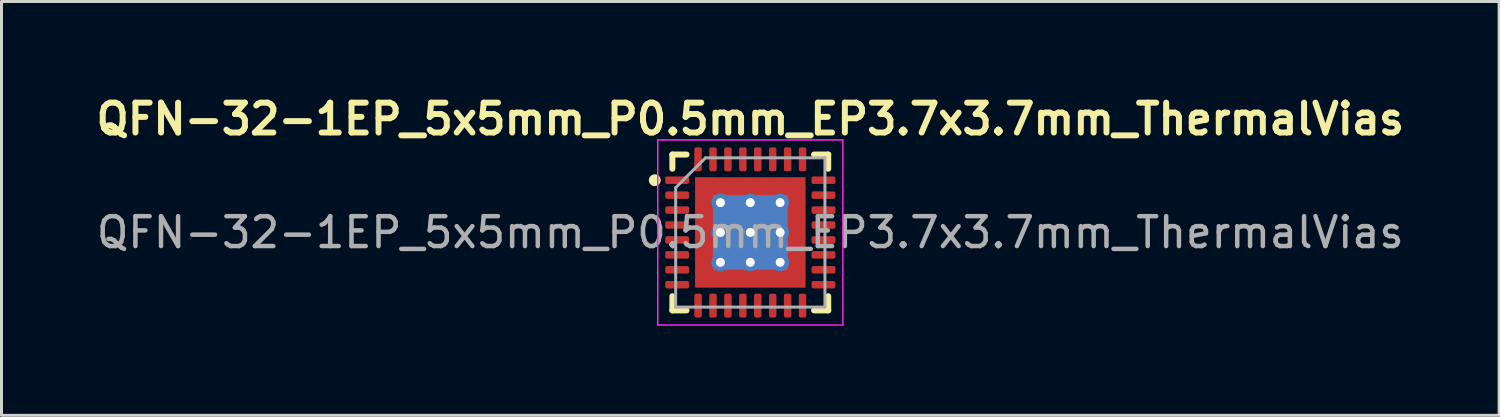
<source format=kicad_pcb>
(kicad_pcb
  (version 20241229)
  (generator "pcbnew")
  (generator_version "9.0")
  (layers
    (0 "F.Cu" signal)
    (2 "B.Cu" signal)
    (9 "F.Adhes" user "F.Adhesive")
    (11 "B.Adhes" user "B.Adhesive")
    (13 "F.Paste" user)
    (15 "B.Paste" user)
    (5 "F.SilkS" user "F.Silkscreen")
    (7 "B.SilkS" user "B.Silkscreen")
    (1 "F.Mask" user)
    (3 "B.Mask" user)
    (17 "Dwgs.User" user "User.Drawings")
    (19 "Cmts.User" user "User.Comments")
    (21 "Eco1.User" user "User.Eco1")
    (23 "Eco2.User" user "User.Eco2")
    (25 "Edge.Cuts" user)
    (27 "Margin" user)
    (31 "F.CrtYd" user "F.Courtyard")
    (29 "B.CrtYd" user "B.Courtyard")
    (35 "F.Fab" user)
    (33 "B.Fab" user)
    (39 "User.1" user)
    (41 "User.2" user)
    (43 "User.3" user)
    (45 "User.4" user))
  (footprint "QFN-32-1EP_5x5mm_P0.5mm_EP3.7x3.7mm_ThermalVias"
    (layer "F.Cu")
    (at 22.081 4.736)
    (property "Reference" "QFN-32-1EP_5x5mm_P0.5mm_EP3.7x3.7mm_ThermalVias" (at 0 -3.8 0) (layer "F.SilkS") (effects (font (size 1 1) (thickness 0.2))))
    (attr smd)
    (fp_line (start -2.61 -2.61) (end -2.61 -2.135) (stroke (width 0.2) (type solid)) (layer "F.SilkS"))
    (fp_line (start -2.61 2.61) (end -2.61 2.135) (stroke (width 0.2) (type solid)) (layer "F.SilkS"))
    (fp_line (start -2.135 -2.61) (end -2.61 -2.61) (stroke (width 0.2) (type solid)) (layer "F.SilkS"))
    (fp_line (start -2.135 2.61) (end -2.61 2.61) (stroke (width 0.2) (type solid)) (layer "F.SilkS"))
    (fp_line (start 2.135 -2.61) (end 2.61 -2.61) (stroke (width 0.2) (type solid)) (layer "F.SilkS"))
    (fp_line (start 2.135 2.61) (end 2.61 2.61) (stroke (width 0.2) (type solid)) (layer "F.SilkS"))
    (fp_line (start 2.61 -2.61) (end 2.61 -2.135) (stroke (width 0.2) (type solid)) (layer "F.SilkS"))
    (fp_line (start 2.61 2.61) (end 2.61 2.135) (stroke (width 0.2) (type solid)) (layer "F.SilkS"))
    (fp_circle (center -3.2 -1.75) (end -3.1 -1.75) (stroke (width 0.2) (type solid)) (fill no) (layer "F.SilkS"))
    (fp_line (start -3.1 -3.1) (end -3.1 3.1) (stroke (width 0.05) (type solid)) (layer "F.CrtYd"))
    (fp_line (start -3.1 3.1) (end 3.1 3.1) (stroke (width 0.05) (type solid)) (layer "F.CrtYd"))
    (fp_line (start 3.1 -3.1) (end -3.1 -3.1) (stroke (width 0.05) (type solid)) (layer "F.CrtYd"))
    (fp_line (start 3.1 3.1) (end 3.1 -3.1) (stroke (width 0.05) (type solid)) (layer "F.CrtYd"))
    (fp_line (start -2.5 -1.5) (end -1.5 -2.5) (stroke (width 0.1) (type solid)) (layer "F.Fab"))
    (fp_line (start -2.5 2.5) (end -2.5 -1.5) (stroke (width 0.1) (type solid)) (layer "F.Fab"))
    (fp_line (start -1.5 -2.5) (end 2.5 -2.5) (stroke (width 0.1) (type solid)) (layer "F.Fab"))
    (fp_line (start 2.5 -2.5) (end 2.5 2.5) (stroke (width 0.1) (type solid)) (layer "F.Fab"))
    (fp_line (start 2.5 2.5) (end -2.5 2.5) (stroke (width 0.1) (type solid)) (layer "F.Fab"))
    (fp_text user "${REFERENCE}" (at 0 0 0) (layer "F.Fab") (effects (font (size 1 1) (thickness 0.15))))
    (pad "" smd custom (at -1.425 -1.425) (size 0.602 0.602) (layers "F.Paste") (options (anchor circle)) (primitives (gr_poly (pts (xy -0.259 -0.259) (xy 0.259 -0.259) (xy 0.259 0.19) (xy 0.19 0.259) (xy -0.259 0.259)) (width 0.167) (fill yes))))
    (pad "" smd custom (at -1.425 -0.5) (size 0.612 0.612) (layers "F.Paste") (options (anchor circle)) (primitives (gr_poly (pts (xy -0.269 -0.33) (xy 0.209 -0.33) (xy 0.269 -0.269) (xy 0.269 0.269) (xy 0.209 0.33) (xy -0.269 0.33)) (width 0.147) (fill yes))))
    (pad "" smd custom (at -1.425 0.5) (size 0.612 0.612) (layers "F.Paste") (options (anchor circle)) (primitives (gr_poly (pts (xy -0.269 -0.33) (xy 0.209 -0.33) (xy 0.269 -0.269) (xy 0.269 0.269) (xy 0.209 0.33) (xy -0.269 0.33)) (width 0.147) (fill yes))))
    (pad "" smd custom (at -1.425 1.425) (size 0.602 0.602) (layers "F.Paste") (options (anchor circle)) (primitives (gr_poly (pts (xy -0.259 -0.259) (xy 0.19 -0.259) (xy 0.259 -0.19) (xy 0.259 0.259) (xy -0.259 0.259)) (width 0.167) (fill yes))))
    (pad "" smd custom (at -0.5 -1.425) (size 0.612 0.612) (layers "F.Paste") (options (anchor circle)) (primitives (gr_poly (pts (xy -0.33 -0.269) (xy 0.33 -0.269) (xy 0.33 0.209) (xy 0.269 0.269) (xy -0.269 0.269) (xy -0.33 0.209)) (width 0.147) (fill yes))))
    (pad "" smd roundrect (at -0.5 -0.5) (size 0.806 0.806) (layers "F.Paste") (roundrect_rratio 0.25))
    (pad "" smd roundrect (at -0.5 0.5) (size 0.806 0.806) (layers "F.Paste") (roundrect_rratio 0.25))
    (pad "" smd custom (at -0.5 1.425) (size 0.612 0.612) (layers "F.Paste") (options (anchor circle)) (primitives (gr_poly (pts (xy -0.33 -0.209) (xy -0.269 -0.269) (xy 0.269 -0.269) (xy 0.33 -0.209) (xy 0.33 0.269) (xy -0.33 0.269)) (width 0.147) (fill yes))))
    (pad "" smd custom (at 0.5 -1.425) (size 0.612 0.612) (layers "F.Paste") (options (anchor circle)) (primitives (gr_poly (pts (xy -0.33 -0.269) (xy 0.33 -0.269) (xy 0.33 0.209) (xy 0.269 0.269) (xy -0.269 0.269) (xy -0.33 0.209)) (width 0.147) (fill yes))))
    (pad "" smd roundrect (at 0.5 -0.5) (size 0.806 0.806) (layers "F.Paste") (roundrect_rratio 0.25))
    (pad "" smd roundrect (at 0.5 0.5) (size 0.806 0.806) (layers "F.Paste") (roundrect_rratio 0.25))
    (pad "" smd custom (at 0.5 1.425) (size 0.612 0.612) (layers "F.Paste") (options (anchor circle)) (primitives (gr_poly (pts (xy -0.33 -0.209) (xy -0.269 -0.269) (xy 0.269 -0.269) (xy 0.33 -0.209) (xy 0.33 0.269) (xy -0.33 0.269)) (width 0.147) (fill yes))))
    (pad "" smd custom (at 1.425 -1.425) (size 0.602 0.602) (layers "F.Paste") (options (anchor circle)) (primitives (gr_poly (pts (xy -0.259 -0.259) (xy 0.259 -0.259) (xy 0.259 0.259) (xy -0.19 0.259) (xy -0.259 0.19)) (width 0.167) (fill yes))))
    (pad "" smd custom (at 1.425 -0.5) (size 0.612 0.612) (layers "F.Paste") (options (anchor circle)) (primitives (gr_poly (pts (xy -0.269 -0.269) (xy -0.209 -0.33) (xy 0.269 -0.33) (xy 0.269 0.33) (xy -0.209 0.33) (xy -0.269 0.269)) (width 0.147) (fill yes))))
    (pad "" smd custom (at 1.425 0.5) (size 0.612 0.612) (layers "F.Paste") (options (anchor circle)) (primitives (gr_poly (pts (xy -0.269 -0.269) (xy -0.209 -0.33) (xy 0.269 -0.33) (xy 0.269 0.33) (xy -0.209 0.33) (xy -0.269 0.269)) (width 0.147) (fill yes))))
    (pad "" smd custom (at 1.425 1.425) (size 0.602 0.602) (layers "F.Paste") (options (anchor circle)) (primitives (gr_poly (pts (xy -0.259 -0.19) (xy -0.19 -0.259) (xy 0.259 -0.259) (xy 0.259 0.259) (xy -0.259 0.259)) (width 0.167) (fill yes))))
    (pad "1" smd roundrect (at -2.45 -1.75) (size 0.8 0.25) (layers "F.Cu" "F.Mask" "F.Paste") (roundrect_rratio 0.25))
    (pad "2" smd roundrect (at -2.45 -1.25) (size 0.8 0.25) (layers "F.Cu" "F.Mask" "F.Paste") (roundrect_rratio 0.25))
    (pad "3" smd roundrect (at -2.45 -0.75) (size 0.8 0.25) (layers "F.Cu" "F.Mask" "F.Paste") (roundrect_rratio 0.25))
    (pad "4" smd roundrect (at -2.45 -0.25) (size 0.8 0.25) (layers "F.Cu" "F.Mask" "F.Paste") (roundrect_rratio 0.25))
    (pad "5" smd roundrect (at -2.45 0.25) (size 0.8 0.25) (layers "F.Cu" "F.Mask" "F.Paste") (roundrect_rratio 0.25))
    (pad "6" smd roundrect (at -2.45 0.75) (size 0.8 0.25) (layers "F.Cu" "F.Mask" "F.Paste") (roundrect_rratio 0.25))
    (pad "7" smd roundrect (at -2.45 1.25) (size 0.8 0.25) (layers "F.Cu" "F.Mask" "F.Paste") (roundrect_rratio 0.25))
    (pad "8" smd roundrect (at -2.45 1.75) (size 0.8 0.25) (layers "F.Cu" "F.Mask" "F.Paste") (roundrect_rratio 0.25))
    (pad "9" smd roundrect (at -1.75 2.45) (size 0.25 0.8) (layers "F.Cu" "F.Mask" "F.Paste") (roundrect_rratio 0.25))
    (pad "10" smd roundrect (at -1.25 2.45) (size 0.25 0.8) (layers "F.Cu" "F.Mask" "F.Paste") (roundrect_rratio 0.25))
    (pad "11" smd roundrect (at -0.75 2.45) (size 0.25 0.8) (layers "F.Cu" "F.Mask" "F.Paste") (roundrect_rratio 0.25))
    (pad "12" smd roundrect (at -0.25 2.45) (size 0.25 0.8) (layers "F.Cu" "F.Mask" "F.Paste") (roundrect_rratio 0.25))
    (pad "13" smd roundrect (at 0.25 2.45) (size 0.25 0.8) (layers "F.Cu" "F.Mask" "F.Paste") (roundrect_rratio 0.25))
    (pad "14" smd roundrect (at 0.75 2.45) (size 0.25 0.8) (layers "F.Cu" "F.Mask" "F.Paste") (roundrect_rratio 0.25))
    (pad "15" smd roundrect (at 1.25 2.45) (size 0.25 0.8) (layers "F.Cu" "F.Mask" "F.Paste") (roundrect_rratio 0.25))
    (pad "16" smd roundrect (at 1.75 2.45) (size 0.25 0.8) (layers "F.Cu" "F.Mask" "F.Paste") (roundrect_rratio 0.25))
    (pad "17" smd roundrect (at 2.45 1.75) (size 0.8 0.25) (layers "F.Cu" "F.Mask" "F.Paste") (roundrect_rratio 0.25))
    (pad "18" smd roundrect (at 2.45 1.25) (size 0.8 0.25) (layers "F.Cu" "F.Mask" "F.Paste") (roundrect_rratio 0.25))
    (pad "19" smd roundrect (at 2.45 0.75) (size 0.8 0.25) (layers "F.Cu" "F.Mask" "F.Paste") (roundrect_rratio 0.25))
    (pad "20" smd roundrect (at 2.45 0.25) (size 0.8 0.25) (layers "F.Cu" "F.Mask" "F.Paste") (roundrect_rratio 0.25))
    (pad "21" smd roundrect (at 2.45 -0.25) (size 0.8 0.25) (layers "F.Cu" "F.Mask" "F.Paste") (roundrect_rratio 0.25))
    (pad "22" smd roundrect (at 2.45 -0.75) (size 0.8 0.25) (layers "F.Cu" "F.Mask" "F.Paste") (roundrect_rratio 0.25))
    (pad "23" smd roundrect (at 2.45 -1.25) (size 0.8 0.25) (layers "F.Cu" "F.Mask" "F.Paste") (roundrect_rratio 0.25))
    (pad "24" smd roundrect (at 2.45 -1.75) (size 0.8 0.25) (layers "F.Cu" "F.Mask" "F.Paste") (roundrect_rratio 0.25))
    (pad "25" smd roundrect (at 1.75 -2.45) (size 0.25 0.8) (layers "F.Cu" "F.Mask" "F.Paste") (roundrect_rratio 0.25))
    (pad "26" smd roundrect (at 1.25 -2.45) (size 0.25 0.8) (layers "F.Cu" "F.Mask" "F.Paste") (roundrect_rratio 0.25))
    (pad "27" smd roundrect (at 0.75 -2.45) (size 0.25 0.8) (layers "F.Cu" "F.Mask" "F.Paste") (roundrect_rratio 0.25))
    (pad "28" smd roundrect (at 0.25 -2.45) (size 0.25 0.8) (layers "F.Cu" "F.Mask" "F.Paste") (roundrect_rratio 0.25))
    (pad "29" smd roundrect (at -0.25 -2.45) (size 0.25 0.8) (layers "F.Cu" "F.Mask" "F.Paste") (roundrect_rratio 0.25))
    (pad "30" smd roundrect (at -0.75 -2.45) (size 0.25 0.8) (layers "F.Cu" "F.Mask" "F.Paste") (roundrect_rratio 0.25))
    (pad "31" smd roundrect (at -1.25 -2.45) (size 0.25 0.8) (layers "F.Cu" "F.Mask" "F.Paste") (roundrect_rratio 0.25))
    (pad "32" smd roundrect (at -1.75 -2.45) (size 0.25 0.8) (layers "F.Cu" "F.Mask" "F.Paste") (roundrect_rratio 0.25))
    (pad "33" thru_hole circle (at -1 -1) (size 0.6 0.6) (drill 0.3) (layers "*.Cu"))
    (pad "33" thru_hole circle (at -1 0) (size 0.6 0.6) (drill 0.3) (layers "*.Cu"))
    (pad "33" thru_hole circle (at -1 1) (size 0.6 0.6) (drill 0.3) (layers "*.Cu"))
    (pad "33" thru_hole circle (at 0 -1) (size 0.6 0.6) (drill 0.3) (layers "*.Cu"))
    (pad "33" thru_hole circle (at 0 0) (size 0.6 0.6) (drill 0.3) (layers "*.Cu"))
    (pad "33" smd rect (at 0 0) (size 2.5 2.5) (layers "B.Cu"))
    (pad "33" smd rect (at 0 0) (size 3.7 3.7) (layers "F.Cu" "F.Mask"))
    (pad "33" thru_hole circle (at 0 1) (size 0.6 0.6) (drill 0.3) (layers "*.Cu"))
    (pad "33" thru_hole circle (at 1 -1) (size 0.6 0.6) (drill 0.3) (layers "*.Cu"))
    (pad "33" thru_hole circle (at 1 0) (size 0.6 0.6) (drill 0.3) (layers "*.Cu"))
    (pad "33" thru_hole circle (at 1 1) (size 0.6 0.6) (drill 0.3) (layers "*.Cu")))
  (gr_rect
    (start -3 -3)
    (end 47.162 10.861)
    (stroke (width 0.1) (type default))
    (fill no)
    (layer "Edge.Cuts")))
</source>
